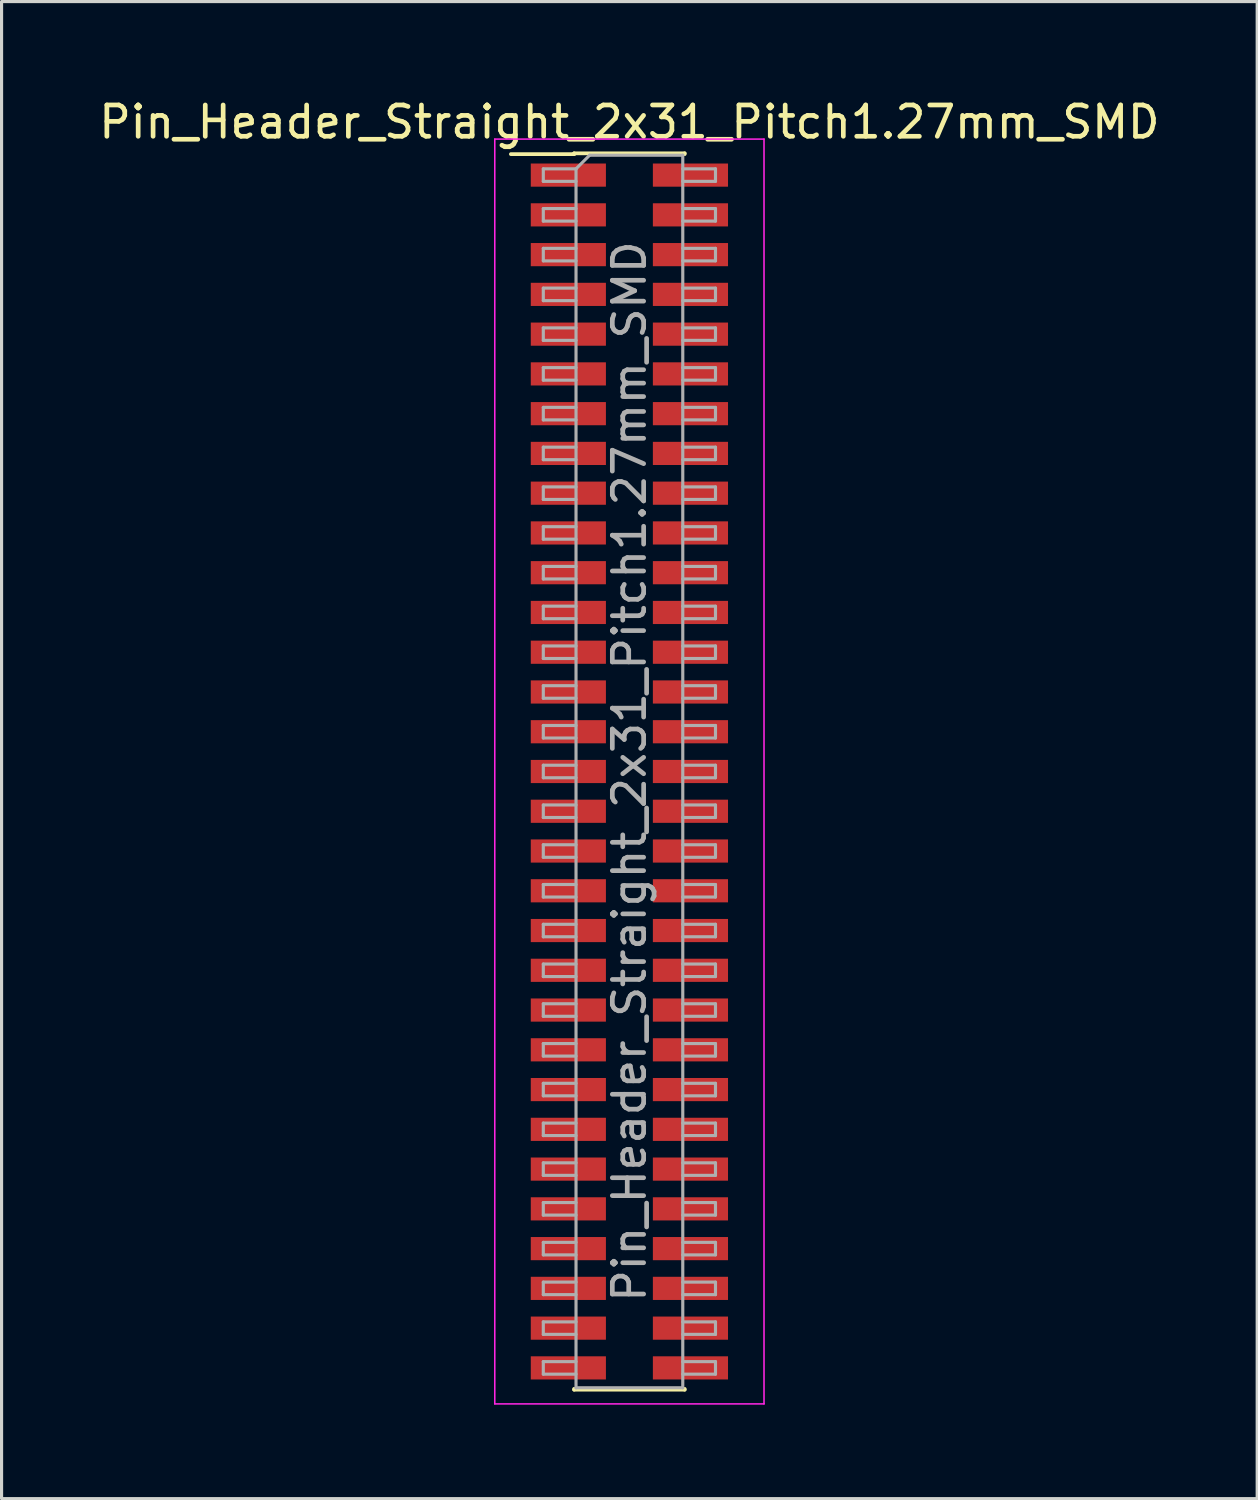
<source format=kicad_pcb>
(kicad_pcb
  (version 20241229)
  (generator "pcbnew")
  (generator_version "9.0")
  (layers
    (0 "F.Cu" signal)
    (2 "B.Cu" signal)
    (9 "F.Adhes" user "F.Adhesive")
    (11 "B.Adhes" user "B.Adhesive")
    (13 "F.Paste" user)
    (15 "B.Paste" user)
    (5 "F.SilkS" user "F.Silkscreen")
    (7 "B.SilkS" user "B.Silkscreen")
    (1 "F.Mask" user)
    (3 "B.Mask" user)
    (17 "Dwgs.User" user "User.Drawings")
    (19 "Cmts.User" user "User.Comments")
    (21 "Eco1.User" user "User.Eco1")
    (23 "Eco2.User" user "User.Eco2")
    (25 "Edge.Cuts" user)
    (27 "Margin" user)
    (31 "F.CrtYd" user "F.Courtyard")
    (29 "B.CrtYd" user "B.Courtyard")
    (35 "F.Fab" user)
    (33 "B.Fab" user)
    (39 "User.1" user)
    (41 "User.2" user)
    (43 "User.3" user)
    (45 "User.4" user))
  (footprint "Pin_Header_Straight_2x31_Pitch1.27mm_SMD"
    (layer "F.Cu")
    (at 17.054 21.593)
    (property "Reference" "Pin_Header_Straight_2x31_Pitch1.27mm_SMD" (at 0 -20.745 0) (layer "F.SilkS") (effects (font (size 1 1) (thickness 0.15))))
    (attr smd)
    (fp_line (start -3.785 -19.72) (end -1.765 -19.72) (stroke (width 0.12) (type solid)) (layer "F.SilkS"))
    (fp_line (start -1.765 -19.745) (end 1.765 -19.745) (stroke (width 0.12) (type solid)) (layer "F.SilkS"))
    (fp_line (start -1.765 -19.72) (end -1.765 -19.745) (stroke (width 0.12) (type solid)) (layer "F.SilkS"))
    (fp_line (start -1.765 19.72) (end -1.765 19.745) (stroke (width 0.12) (type solid)) (layer "F.SilkS"))
    (fp_line (start -1.765 19.745) (end 1.765 19.745) (stroke (width 0.12) (type solid)) (layer "F.SilkS"))
    (fp_line (start 1.765 -19.745) (end 1.765 -19.72) (stroke (width 0.12) (type solid)) (layer "F.SilkS"))
    (fp_line (start 1.765 19.745) (end 1.765 19.72) (stroke (width 0.12) (type solid)) (layer "F.SilkS"))
    (fp_line (start -4.3 -20.2) (end -4.3 20.2) (stroke (width 0.05) (type solid)) (layer "F.CrtYd"))
    (fp_line (start -4.3 20.2) (end 4.3 20.2) (stroke (width 0.05) (type solid)) (layer "F.CrtYd"))
    (fp_line (start 4.3 -20.2) (end -4.3 -20.2) (stroke (width 0.05) (type solid)) (layer "F.CrtYd"))
    (fp_line (start 4.3 20.2) (end 4.3 -20.2) (stroke (width 0.05) (type solid)) (layer "F.CrtYd"))
    (fp_line (start -2.75 -19.25) (end -2.75 -18.85) (stroke (width 0.1) (type solid)) (layer "F.Fab"))
    (fp_line (start -2.75 -18.85) (end -1.705 -18.85) (stroke (width 0.1) (type solid)) (layer "F.Fab"))
    (fp_line (start -2.75 -17.98) (end -2.75 -17.58) (stroke (width 0.1) (type solid)) (layer "F.Fab"))
    (fp_line (start -2.75 -17.58) (end -1.705 -17.58) (stroke (width 0.1) (type solid)) (layer "F.Fab"))
    (fp_line (start -2.75 -16.71) (end -2.75 -16.31) (stroke (width 0.1) (type solid)) (layer "F.Fab"))
    (fp_line (start -2.75 -16.31) (end -1.705 -16.31) (stroke (width 0.1) (type solid)) (layer "F.Fab"))
    (fp_line (start -2.75 -15.44) (end -2.75 -15.04) (stroke (width 0.1) (type solid)) (layer "F.Fab"))
    (fp_line (start -2.75 -15.04) (end -1.705 -15.04) (stroke (width 0.1) (type solid)) (layer "F.Fab"))
    (fp_line (start -2.75 -14.17) (end -2.75 -13.77) (stroke (width 0.1) (type solid)) (layer "F.Fab"))
    (fp_line (start -2.75 -13.77) (end -1.705 -13.77) (stroke (width 0.1) (type solid)) (layer "F.Fab"))
    (fp_line (start -2.75 -12.9) (end -2.75 -12.5) (stroke (width 0.1) (type solid)) (layer "F.Fab"))
    (fp_line (start -2.75 -12.5) (end -1.705 -12.5) (stroke (width 0.1) (type solid)) (layer "F.Fab"))
    (fp_line (start -2.75 -11.63) (end -2.75 -11.23) (stroke (width 0.1) (type solid)) (layer "F.Fab"))
    (fp_line (start -2.75 -11.23) (end -1.705 -11.23) (stroke (width 0.1) (type solid)) (layer "F.Fab"))
    (fp_line (start -2.75 -10.36) (end -2.75 -9.96) (stroke (width 0.1) (type solid)) (layer "F.Fab"))
    (fp_line (start -2.75 -9.96) (end -1.705 -9.96) (stroke (width 0.1) (type solid)) (layer "F.Fab"))
    (fp_line (start -2.75 -9.09) (end -2.75 -8.69) (stroke (width 0.1) (type solid)) (layer "F.Fab"))
    (fp_line (start -2.75 -8.69) (end -1.705 -8.69) (stroke (width 0.1) (type solid)) (layer "F.Fab"))
    (fp_line (start -2.75 -7.82) (end -2.75 -7.42) (stroke (width 0.1) (type solid)) (layer "F.Fab"))
    (fp_line (start -2.75 -7.42) (end -1.705 -7.42) (stroke (width 0.1) (type solid)) (layer "F.Fab"))
    (fp_line (start -2.75 -6.55) (end -2.75 -6.15) (stroke (width 0.1) (type solid)) (layer "F.Fab"))
    (fp_line (start -2.75 -6.15) (end -1.705 -6.15) (stroke (width 0.1) (type solid)) (layer "F.Fab"))
    (fp_line (start -2.75 -5.28) (end -2.75 -4.88) (stroke (width 0.1) (type solid)) (layer "F.Fab"))
    (fp_line (start -2.75 -4.88) (end -1.705 -4.88) (stroke (width 0.1) (type solid)) (layer "F.Fab"))
    (fp_line (start -2.75 -4.01) (end -2.75 -3.61) (stroke (width 0.1) (type solid)) (layer "F.Fab"))
    (fp_line (start -2.75 -3.61) (end -1.705 -3.61) (stroke (width 0.1) (type solid)) (layer "F.Fab"))
    (fp_line (start -2.75 -2.74) (end -2.75 -2.34) (stroke (width 0.1) (type solid)) (layer "F.Fab"))
    (fp_line (start -2.75 -2.34) (end -1.705 -2.34) (stroke (width 0.1) (type solid)) (layer "F.Fab"))
    (fp_line (start -2.75 -1.47) (end -2.75 -1.07) (stroke (width 0.1) (type solid)) (layer "F.Fab"))
    (fp_line (start -2.75 -1.07) (end -1.705 -1.07) (stroke (width 0.1) (type solid)) (layer "F.Fab"))
    (fp_line (start -2.75 -0.2) (end -2.75 0.2) (stroke (width 0.1) (type solid)) (layer "F.Fab"))
    (fp_line (start -2.75 0.2) (end -1.705 0.2) (stroke (width 0.1) (type solid)) (layer "F.Fab"))
    (fp_line (start -2.75 1.07) (end -2.75 1.47) (stroke (width 0.1) (type solid)) (layer "F.Fab"))
    (fp_line (start -2.75 1.47) (end -1.705 1.47) (stroke (width 0.1) (type solid)) (layer "F.Fab"))
    (fp_line (start -2.75 2.34) (end -2.75 2.74) (stroke (width 0.1) (type solid)) (layer "F.Fab"))
    (fp_line (start -2.75 2.74) (end -1.705 2.74) (stroke (width 0.1) (type solid)) (layer "F.Fab"))
    (fp_line (start -2.75 3.61) (end -2.75 4.01) (stroke (width 0.1) (type solid)) (layer "F.Fab"))
    (fp_line (start -2.75 4.01) (end -1.705 4.01) (stroke (width 0.1) (type solid)) (layer "F.Fab"))
    (fp_line (start -2.75 4.88) (end -2.75 5.28) (stroke (width 0.1) (type solid)) (layer "F.Fab"))
    (fp_line (start -2.75 5.28) (end -1.705 5.28) (stroke (width 0.1) (type solid)) (layer "F.Fab"))
    (fp_line (start -2.75 6.15) (end -2.75 6.55) (stroke (width 0.1) (type solid)) (layer "F.Fab"))
    (fp_line (start -2.75 6.55) (end -1.705 6.55) (stroke (width 0.1) (type solid)) (layer "F.Fab"))
    (fp_line (start -2.75 7.42) (end -2.75 7.82) (stroke (width 0.1) (type solid)) (layer "F.Fab"))
    (fp_line (start -2.75 7.82) (end -1.705 7.82) (stroke (width 0.1) (type solid)) (layer "F.Fab"))
    (fp_line (start -2.75 8.69) (end -2.75 9.09) (stroke (width 0.1) (type solid)) (layer "F.Fab"))
    (fp_line (start -2.75 9.09) (end -1.705 9.09) (stroke (width 0.1) (type solid)) (layer "F.Fab"))
    (fp_line (start -2.75 9.96) (end -2.75 10.36) (stroke (width 0.1) (type solid)) (layer "F.Fab"))
    (fp_line (start -2.75 10.36) (end -1.705 10.36) (stroke (width 0.1) (type solid)) (layer "F.Fab"))
    (fp_line (start -2.75 11.23) (end -2.75 11.63) (stroke (width 0.1) (type solid)) (layer "F.Fab"))
    (fp_line (start -2.75 11.63) (end -1.705 11.63) (stroke (width 0.1) (type solid)) (layer "F.Fab"))
    (fp_line (start -2.75 12.5) (end -2.75 12.9) (stroke (width 0.1) (type solid)) (layer "F.Fab"))
    (fp_line (start -2.75 12.9) (end -1.705 12.9) (stroke (width 0.1) (type solid)) (layer "F.Fab"))
    (fp_line (start -2.75 13.77) (end -2.75 14.17) (stroke (width 0.1) (type solid)) (layer "F.Fab"))
    (fp_line (start -2.75 14.17) (end -1.705 14.17) (stroke (width 0.1) (type solid)) (layer "F.Fab"))
    (fp_line (start -2.75 15.04) (end -2.75 15.44) (stroke (width 0.1) (type solid)) (layer "F.Fab"))
    (fp_line (start -2.75 15.44) (end -1.705 15.44) (stroke (width 0.1) (type solid)) (layer "F.Fab"))
    (fp_line (start -2.75 16.31) (end -2.75 16.71) (stroke (width 0.1) (type solid)) (layer "F.Fab"))
    (fp_line (start -2.75 16.71) (end -1.705 16.71) (stroke (width 0.1) (type solid)) (layer "F.Fab"))
    (fp_line (start -2.75 17.58) (end -2.75 17.98) (stroke (width 0.1) (type solid)) (layer "F.Fab"))
    (fp_line (start -2.75 17.98) (end -1.705 17.98) (stroke (width 0.1) (type solid)) (layer "F.Fab"))
    (fp_line (start -2.75 18.85) (end -2.75 19.25) (stroke (width 0.1) (type solid)) (layer "F.Fab"))
    (fp_line (start -2.75 19.25) (end -1.705 19.25) (stroke (width 0.1) (type solid)) (layer "F.Fab"))
    (fp_line (start -1.705 -19.25) (end -2.75 -19.25) (stroke (width 0.1) (type solid)) (layer "F.Fab"))
    (fp_line (start -1.705 -19.25) (end -1.27 -19.685) (stroke (width 0.1) (type solid)) (layer "F.Fab"))
    (fp_line (start -1.705 -17.98) (end -2.75 -17.98) (stroke (width 0.1) (type solid)) (layer "F.Fab"))
    (fp_line (start -1.705 -16.71) (end -2.75 -16.71) (stroke (width 0.1) (type solid)) (layer "F.Fab"))
    (fp_line (start -1.705 -15.44) (end -2.75 -15.44) (stroke (width 0.1) (type solid)) (layer "F.Fab"))
    (fp_line (start -1.705 -14.17) (end -2.75 -14.17) (stroke (width 0.1) (type solid)) (layer "F.Fab"))
    (fp_line (start -1.705 -12.9) (end -2.75 -12.9) (stroke (width 0.1) (type solid)) (layer "F.Fab"))
    (fp_line (start -1.705 -11.63) (end -2.75 -11.63) (stroke (width 0.1) (type solid)) (layer "F.Fab"))
    (fp_line (start -1.705 -10.36) (end -2.75 -10.36) (stroke (width 0.1) (type solid)) (layer "F.Fab"))
    (fp_line (start -1.705 -9.09) (end -2.75 -9.09) (stroke (width 0.1) (type solid)) (layer "F.Fab"))
    (fp_line (start -1.705 -7.82) (end -2.75 -7.82) (stroke (width 0.1) (type solid)) (layer "F.Fab"))
    (fp_line (start -1.705 -6.55) (end -2.75 -6.55) (stroke (width 0.1) (type solid)) (layer "F.Fab"))
    (fp_line (start -1.705 -5.28) (end -2.75 -5.28) (stroke (width 0.1) (type solid)) (layer "F.Fab"))
    (fp_line (start -1.705 -4.01) (end -2.75 -4.01) (stroke (width 0.1) (type solid)) (layer "F.Fab"))
    (fp_line (start -1.705 -2.74) (end -2.75 -2.74) (stroke (width 0.1) (type solid)) (layer "F.Fab"))
    (fp_line (start -1.705 -1.47) (end -2.75 -1.47) (stroke (width 0.1) (type solid)) (layer "F.Fab"))
    (fp_line (start -1.705 -0.2) (end -2.75 -0.2) (stroke (width 0.1) (type solid)) (layer "F.Fab"))
    (fp_line (start -1.705 1.07) (end -2.75 1.07) (stroke (width 0.1) (type solid)) (layer "F.Fab"))
    (fp_line (start -1.705 2.34) (end -2.75 2.34) (stroke (width 0.1) (type solid)) (layer "F.Fab"))
    (fp_line (start -1.705 3.61) (end -2.75 3.61) (stroke (width 0.1) (type solid)) (layer "F.Fab"))
    (fp_line (start -1.705 4.88) (end -2.75 4.88) (stroke (width 0.1) (type solid)) (layer "F.Fab"))
    (fp_line (start -1.705 6.15) (end -2.75 6.15) (stroke (width 0.1) (type solid)) (layer "F.Fab"))
    (fp_line (start -1.705 7.42) (end -2.75 7.42) (stroke (width 0.1) (type solid)) (layer "F.Fab"))
    (fp_line (start -1.705 8.69) (end -2.75 8.69) (stroke (width 0.1) (type solid)) (layer "F.Fab"))
    (fp_line (start -1.705 9.96) (end -2.75 9.96) (stroke (width 0.1) (type solid)) (layer "F.Fab"))
    (fp_line (start -1.705 11.23) (end -2.75 11.23) (stroke (width 0.1) (type solid)) (layer "F.Fab"))
    (fp_line (start -1.705 12.5) (end -2.75 12.5) (stroke (width 0.1) (type solid)) (layer "F.Fab"))
    (fp_line (start -1.705 13.77) (end -2.75 13.77) (stroke (width 0.1) (type solid)) (layer "F.Fab"))
    (fp_line (start -1.705 15.04) (end -2.75 15.04) (stroke (width 0.1) (type solid)) (layer "F.Fab"))
    (fp_line (start -1.705 16.31) (end -2.75 16.31) (stroke (width 0.1) (type solid)) (layer "F.Fab"))
    (fp_line (start -1.705 17.58) (end -2.75 17.58) (stroke (width 0.1) (type solid)) (layer "F.Fab"))
    (fp_line (start -1.705 18.85) (end -2.75 18.85) (stroke (width 0.1) (type solid)) (layer "F.Fab"))
    (fp_line (start -1.705 19.685) (end -1.705 -19.25) (stroke (width 0.1) (type solid)) (layer "F.Fab"))
    (fp_line (start -1.27 -19.685) (end 1.705 -19.685) (stroke (width 0.1) (type solid)) (layer "F.Fab"))
    (fp_line (start 1.705 -19.685) (end 1.705 19.685) (stroke (width 0.1) (type solid)) (layer "F.Fab"))
    (fp_line (start 1.705 -19.25) (end 2.75 -19.25) (stroke (width 0.1) (type solid)) (layer "F.Fab"))
    (fp_line (start 1.705 -17.98) (end 2.75 -17.98) (stroke (width 0.1) (type solid)) (layer "F.Fab"))
    (fp_line (start 1.705 -16.71) (end 2.75 -16.71) (stroke (width 0.1) (type solid)) (layer "F.Fab"))
    (fp_line (start 1.705 -15.44) (end 2.75 -15.44) (stroke (width 0.1) (type solid)) (layer "F.Fab"))
    (fp_line (start 1.705 -14.17) (end 2.75 -14.17) (stroke (width 0.1) (type solid)) (layer "F.Fab"))
    (fp_line (start 1.705 -12.9) (end 2.75 -12.9) (stroke (width 0.1) (type solid)) (layer "F.Fab"))
    (fp_line (start 1.705 -11.63) (end 2.75 -11.63) (stroke (width 0.1) (type solid)) (layer "F.Fab"))
    (fp_line (start 1.705 -10.36) (end 2.75 -10.36) (stroke (width 0.1) (type solid)) (layer "F.Fab"))
    (fp_line (start 1.705 -9.09) (end 2.75 -9.09) (stroke (width 0.1) (type solid)) (layer "F.Fab"))
    (fp_line (start 1.705 -7.82) (end 2.75 -7.82) (stroke (width 0.1) (type solid)) (layer "F.Fab"))
    (fp_line (start 1.705 -6.55) (end 2.75 -6.55) (stroke (width 0.1) (type solid)) (layer "F.Fab"))
    (fp_line (start 1.705 -5.28) (end 2.75 -5.28) (stroke (width 0.1) (type solid)) (layer "F.Fab"))
    (fp_line (start 1.705 -4.01) (end 2.75 -4.01) (stroke (width 0.1) (type solid)) (layer "F.Fab"))
    (fp_line (start 1.705 -2.74) (end 2.75 -2.74) (stroke (width 0.1) (type solid)) (layer "F.Fab"))
    (fp_line (start 1.705 -1.47) (end 2.75 -1.47) (stroke (width 0.1) (type solid)) (layer "F.Fab"))
    (fp_line (start 1.705 -0.2) (end 2.75 -0.2) (stroke (width 0.1) (type solid)) (layer "F.Fab"))
    (fp_line (start 1.705 1.07) (end 2.75 1.07) (stroke (width 0.1) (type solid)) (layer "F.Fab"))
    (fp_line (start 1.705 2.34) (end 2.75 2.34) (stroke (width 0.1) (type solid)) (layer "F.Fab"))
    (fp_line (start 1.705 3.61) (end 2.75 3.61) (stroke (width 0.1) (type solid)) (layer "F.Fab"))
    (fp_line (start 1.705 4.88) (end 2.75 4.88) (stroke (width 0.1) (type solid)) (layer "F.Fab"))
    (fp_line (start 1.705 6.15) (end 2.75 6.15) (stroke (width 0.1) (type solid)) (layer "F.Fab"))
    (fp_line (start 1.705 7.42) (end 2.75 7.42) (stroke (width 0.1) (type solid)) (layer "F.Fab"))
    (fp_line (start 1.705 8.69) (end 2.75 8.69) (stroke (width 0.1) (type solid)) (layer "F.Fab"))
    (fp_line (start 1.705 9.96) (end 2.75 9.96) (stroke (width 0.1) (type solid)) (layer "F.Fab"))
    (fp_line (start 1.705 11.23) (end 2.75 11.23) (stroke (width 0.1) (type solid)) (layer "F.Fab"))
    (fp_line (start 1.705 12.5) (end 2.75 12.5) (stroke (width 0.1) (type solid)) (layer "F.Fab"))
    (fp_line (start 1.705 13.77) (end 2.75 13.77) (stroke (width 0.1) (type solid)) (layer "F.Fab"))
    (fp_line (start 1.705 15.04) (end 2.75 15.04) (stroke (width 0.1) (type solid)) (layer "F.Fab"))
    (fp_line (start 1.705 16.31) (end 2.75 16.31) (stroke (width 0.1) (type solid)) (layer "F.Fab"))
    (fp_line (start 1.705 17.58) (end 2.75 17.58) (stroke (width 0.1) (type solid)) (layer "F.Fab"))
    (fp_line (start 1.705 18.85) (end 2.75 18.85) (stroke (width 0.1) (type solid)) (layer "F.Fab"))
    (fp_line (start 1.705 19.685) (end -1.705 19.685) (stroke (width 0.1) (type solid)) (layer "F.Fab"))
    (fp_line (start 2.75 -19.25) (end 2.75 -18.85) (stroke (width 0.1) (type solid)) (layer "F.Fab"))
    (fp_line (start 2.75 -18.85) (end 1.705 -18.85) (stroke (width 0.1) (type solid)) (layer "F.Fab"))
    (fp_line (start 2.75 -17.98) (end 2.75 -17.58) (stroke (width 0.1) (type solid)) (layer "F.Fab"))
    (fp_line (start 2.75 -17.58) (end 1.705 -17.58) (stroke (width 0.1) (type solid)) (layer "F.Fab"))
    (fp_line (start 2.75 -16.71) (end 2.75 -16.31) (stroke (width 0.1) (type solid)) (layer "F.Fab"))
    (fp_line (start 2.75 -16.31) (end 1.705 -16.31) (stroke (width 0.1) (type solid)) (layer "F.Fab"))
    (fp_line (start 2.75 -15.44) (end 2.75 -15.04) (stroke (width 0.1) (type solid)) (layer "F.Fab"))
    (fp_line (start 2.75 -15.04) (end 1.705 -15.04) (stroke (width 0.1) (type solid)) (layer "F.Fab"))
    (fp_line (start 2.75 -14.17) (end 2.75 -13.77) (stroke (width 0.1) (type solid)) (layer "F.Fab"))
    (fp_line (start 2.75 -13.77) (end 1.705 -13.77) (stroke (width 0.1) (type solid)) (layer "F.Fab"))
    (fp_line (start 2.75 -12.9) (end 2.75 -12.5) (stroke (width 0.1) (type solid)) (layer "F.Fab"))
    (fp_line (start 2.75 -12.5) (end 1.705 -12.5) (stroke (width 0.1) (type solid)) (layer "F.Fab"))
    (fp_line (start 2.75 -11.63) (end 2.75 -11.23) (stroke (width 0.1) (type solid)) (layer "F.Fab"))
    (fp_line (start 2.75 -11.23) (end 1.705 -11.23) (stroke (width 0.1) (type solid)) (layer "F.Fab"))
    (fp_line (start 2.75 -10.36) (end 2.75 -9.96) (stroke (width 0.1) (type solid)) (layer "F.Fab"))
    (fp_line (start 2.75 -9.96) (end 1.705 -9.96) (stroke (width 0.1) (type solid)) (layer "F.Fab"))
    (fp_line (start 2.75 -9.09) (end 2.75 -8.69) (stroke (width 0.1) (type solid)) (layer "F.Fab"))
    (fp_line (start 2.75 -8.69) (end 1.705 -8.69) (stroke (width 0.1) (type solid)) (layer "F.Fab"))
    (fp_line (start 2.75 -7.82) (end 2.75 -7.42) (stroke (width 0.1) (type solid)) (layer "F.Fab"))
    (fp_line (start 2.75 -7.42) (end 1.705 -7.42) (stroke (width 0.1) (type solid)) (layer "F.Fab"))
    (fp_line (start 2.75 -6.55) (end 2.75 -6.15) (stroke (width 0.1) (type solid)) (layer "F.Fab"))
    (fp_line (start 2.75 -6.15) (end 1.705 -6.15) (stroke (width 0.1) (type solid)) (layer "F.Fab"))
    (fp_line (start 2.75 -5.28) (end 2.75 -4.88) (stroke (width 0.1) (type solid)) (layer "F.Fab"))
    (fp_line (start 2.75 -4.88) (end 1.705 -4.88) (stroke (width 0.1) (type solid)) (layer "F.Fab"))
    (fp_line (start 2.75 -4.01) (end 2.75 -3.61) (stroke (width 0.1) (type solid)) (layer "F.Fab"))
    (fp_line (start 2.75 -3.61) (end 1.705 -3.61) (stroke (width 0.1) (type solid)) (layer "F.Fab"))
    (fp_line (start 2.75 -2.74) (end 2.75 -2.34) (stroke (width 0.1) (type solid)) (layer "F.Fab"))
    (fp_line (start 2.75 -2.34) (end 1.705 -2.34) (stroke (width 0.1) (type solid)) (layer "F.Fab"))
    (fp_line (start 2.75 -1.47) (end 2.75 -1.07) (stroke (width 0.1) (type solid)) (layer "F.Fab"))
    (fp_line (start 2.75 -1.07) (end 1.705 -1.07) (stroke (width 0.1) (type solid)) (layer "F.Fab"))
    (fp_line (start 2.75 -0.2) (end 2.75 0.2) (stroke (width 0.1) (type solid)) (layer "F.Fab"))
    (fp_line (start 2.75 0.2) (end 1.705 0.2) (stroke (width 0.1) (type solid)) (layer "F.Fab"))
    (fp_line (start 2.75 1.07) (end 2.75 1.47) (stroke (width 0.1) (type solid)) (layer "F.Fab"))
    (fp_line (start 2.75 1.47) (end 1.705 1.47) (stroke (width 0.1) (type solid)) (layer "F.Fab"))
    (fp_line (start 2.75 2.34) (end 2.75 2.74) (stroke (width 0.1) (type solid)) (layer "F.Fab"))
    (fp_line (start 2.75 2.74) (end 1.705 2.74) (stroke (width 0.1) (type solid)) (layer "F.Fab"))
    (fp_line (start 2.75 3.61) (end 2.75 4.01) (stroke (width 0.1) (type solid)) (layer "F.Fab"))
    (fp_line (start 2.75 4.01) (end 1.705 4.01) (stroke (width 0.1) (type solid)) (layer "F.Fab"))
    (fp_line (start 2.75 4.88) (end 2.75 5.28) (stroke (width 0.1) (type solid)) (layer "F.Fab"))
    (fp_line (start 2.75 5.28) (end 1.705 5.28) (stroke (width 0.1) (type solid)) (layer "F.Fab"))
    (fp_line (start 2.75 6.15) (end 2.75 6.55) (stroke (width 0.1) (type solid)) (layer "F.Fab"))
    (fp_line (start 2.75 6.55) (end 1.705 6.55) (stroke (width 0.1) (type solid)) (layer "F.Fab"))
    (fp_line (start 2.75 7.42) (end 2.75 7.82) (stroke (width 0.1) (type solid)) (layer "F.Fab"))
    (fp_line (start 2.75 7.82) (end 1.705 7.82) (stroke (width 0.1) (type solid)) (layer "F.Fab"))
    (fp_line (start 2.75 8.69) (end 2.75 9.09) (stroke (width 0.1) (type solid)) (layer "F.Fab"))
    (fp_line (start 2.75 9.09) (end 1.705 9.09) (stroke (width 0.1) (type solid)) (layer "F.Fab"))
    (fp_line (start 2.75 9.96) (end 2.75 10.36) (stroke (width 0.1) (type solid)) (layer "F.Fab"))
    (fp_line (start 2.75 10.36) (end 1.705 10.36) (stroke (width 0.1) (type solid)) (layer "F.Fab"))
    (fp_line (start 2.75 11.23) (end 2.75 11.63) (stroke (width 0.1) (type solid)) (layer "F.Fab"))
    (fp_line (start 2.75 11.63) (end 1.705 11.63) (stroke (width 0.1) (type solid)) (layer "F.Fab"))
    (fp_line (start 2.75 12.5) (end 2.75 12.9) (stroke (width 0.1) (type solid)) (layer "F.Fab"))
    (fp_line (start 2.75 12.9) (end 1.705 12.9) (stroke (width 0.1) (type solid)) (layer "F.Fab"))
    (fp_line (start 2.75 13.77) (end 2.75 14.17) (stroke (width 0.1) (type solid)) (layer "F.Fab"))
    (fp_line (start 2.75 14.17) (end 1.705 14.17) (stroke (width 0.1) (type solid)) (layer "F.Fab"))
    (fp_line (start 2.75 15.04) (end 2.75 15.44) (stroke (width 0.1) (type solid)) (layer "F.Fab"))
    (fp_line (start 2.75 15.44) (end 1.705 15.44) (stroke (width 0.1) (type solid)) (layer "F.Fab"))
    (fp_line (start 2.75 16.31) (end 2.75 16.71) (stroke (width 0.1) (type solid)) (layer "F.Fab"))
    (fp_line (start 2.75 16.71) (end 1.705 16.71) (stroke (width 0.1) (type solid)) (layer "F.Fab"))
    (fp_line (start 2.75 17.58) (end 2.75 17.98) (stroke (width 0.1) (type solid)) (layer "F.Fab"))
    (fp_line (start 2.75 17.98) (end 1.705 17.98) (stroke (width 0.1) (type solid)) (layer "F.Fab"))
    (fp_line (start 2.75 18.85) (end 2.75 19.25) (stroke (width 0.1) (type solid)) (layer "F.Fab"))
    (fp_line (start 2.75 19.25) (end 1.705 19.25) (stroke (width 0.1) (type solid)) (layer "F.Fab"))
    (fp_text user "${REFERENCE}" (at 0 0 90) (layer "F.Fab") (effects (font (size 1 1) (thickness 0.15))))
    (pad "1" smd rect (at -1.95 -19.05) (size 2.4 0.74) (layers "F.Cu" "F.Mask" "F.Paste"))
    (pad "2" smd rect (at 1.95 -19.05) (size 2.4 0.74) (layers "F.Cu" "F.Mask" "F.Paste"))
    (pad "3" smd rect (at -1.95 -17.78) (size 2.4 0.74) (layers "F.Cu" "F.Mask" "F.Paste"))
    (pad "4" smd rect (at 1.95 -17.78) (size 2.4 0.74) (layers "F.Cu" "F.Mask" "F.Paste"))
    (pad "5" smd rect (at -1.95 -16.51) (size 2.4 0.74) (layers "F.Cu" "F.Mask" "F.Paste"))
    (pad "6" smd rect (at 1.95 -16.51) (size 2.4 0.74) (layers "F.Cu" "F.Mask" "F.Paste"))
    (pad "7" smd rect (at -1.95 -15.24) (size 2.4 0.74) (layers "F.Cu" "F.Mask" "F.Paste"))
    (pad "8" smd rect (at 1.95 -15.24) (size 2.4 0.74) (layers "F.Cu" "F.Mask" "F.Paste"))
    (pad "9" smd rect (at -1.95 -13.97) (size 2.4 0.74) (layers "F.Cu" "F.Mask" "F.Paste"))
    (pad "10" smd rect (at 1.95 -13.97) (size 2.4 0.74) (layers "F.Cu" "F.Mask" "F.Paste"))
    (pad "11" smd rect (at -1.95 -12.7) (size 2.4 0.74) (layers "F.Cu" "F.Mask" "F.Paste"))
    (pad "12" smd rect (at 1.95 -12.7) (size 2.4 0.74) (layers "F.Cu" "F.Mask" "F.Paste"))
    (pad "13" smd rect (at -1.95 -11.43) (size 2.4 0.74) (layers "F.Cu" "F.Mask" "F.Paste"))
    (pad "14" smd rect (at 1.95 -11.43) (size 2.4 0.74) (layers "F.Cu" "F.Mask" "F.Paste"))
    (pad "15" smd rect (at -1.95 -10.16) (size 2.4 0.74) (layers "F.Cu" "F.Mask" "F.Paste"))
    (pad "16" smd rect (at 1.95 -10.16) (size 2.4 0.74) (layers "F.Cu" "F.Mask" "F.Paste"))
    (pad "17" smd rect (at -1.95 -8.89) (size 2.4 0.74) (layers "F.Cu" "F.Mask" "F.Paste"))
    (pad "18" smd rect (at 1.95 -8.89) (size 2.4 0.74) (layers "F.Cu" "F.Mask" "F.Paste"))
    (pad "19" smd rect (at -1.95 -7.62) (size 2.4 0.74) (layers "F.Cu" "F.Mask" "F.Paste"))
    (pad "20" smd rect (at 1.95 -7.62) (size 2.4 0.74) (layers "F.Cu" "F.Mask" "F.Paste"))
    (pad "21" smd rect (at -1.95 -6.35) (size 2.4 0.74) (layers "F.Cu" "F.Mask" "F.Paste"))
    (pad "22" smd rect (at 1.95 -6.35) (size 2.4 0.74) (layers "F.Cu" "F.Mask" "F.Paste"))
    (pad "23" smd rect (at -1.95 -5.08) (size 2.4 0.74) (layers "F.Cu" "F.Mask" "F.Paste"))
    (pad "24" smd rect (at 1.95 -5.08) (size 2.4 0.74) (layers "F.Cu" "F.Mask" "F.Paste"))
    (pad "25" smd rect (at -1.95 -3.81) (size 2.4 0.74) (layers "F.Cu" "F.Mask" "F.Paste"))
    (pad "26" smd rect (at 1.95 -3.81) (size 2.4 0.74) (layers "F.Cu" "F.Mask" "F.Paste"))
    (pad "27" smd rect (at -1.95 -2.54) (size 2.4 0.74) (layers "F.Cu" "F.Mask" "F.Paste"))
    (pad "28" smd rect (at 1.95 -2.54) (size 2.4 0.74) (layers "F.Cu" "F.Mask" "F.Paste"))
    (pad "29" smd rect (at -1.95 -1.27) (size 2.4 0.74) (layers "F.Cu" "F.Mask" "F.Paste"))
    (pad "30" smd rect (at 1.95 -1.27) (size 2.4 0.74) (layers "F.Cu" "F.Mask" "F.Paste"))
    (pad "31" smd rect (at -1.95 0) (size 2.4 0.74) (layers "F.Cu" "F.Mask" "F.Paste"))
    (pad "32" smd rect (at 1.95 0) (size 2.4 0.74) (layers "F.Cu" "F.Mask" "F.Paste"))
    (pad "33" smd rect (at -1.95 1.27) (size 2.4 0.74) (layers "F.Cu" "F.Mask" "F.Paste"))
    (pad "34" smd rect (at 1.95 1.27) (size 2.4 0.74) (layers "F.Cu" "F.Mask" "F.Paste"))
    (pad "35" smd rect (at -1.95 2.54) (size 2.4 0.74) (layers "F.Cu" "F.Mask" "F.Paste"))
    (pad "36" smd rect (at 1.95 2.54) (size 2.4 0.74) (layers "F.Cu" "F.Mask" "F.Paste"))
    (pad "37" smd rect (at -1.95 3.81) (size 2.4 0.74) (layers "F.Cu" "F.Mask" "F.Paste"))
    (pad "38" smd rect (at 1.95 3.81) (size 2.4 0.74) (layers "F.Cu" "F.Mask" "F.Paste"))
    (pad "39" smd rect (at -1.95 5.08) (size 2.4 0.74) (layers "F.Cu" "F.Mask" "F.Paste"))
    (pad "40" smd rect (at 1.95 5.08) (size 2.4 0.74) (layers "F.Cu" "F.Mask" "F.Paste"))
    (pad "41" smd rect (at -1.95 6.35) (size 2.4 0.74) (layers "F.Cu" "F.Mask" "F.Paste"))
    (pad "42" smd rect (at 1.95 6.35) (size 2.4 0.74) (layers "F.Cu" "F.Mask" "F.Paste"))
    (pad "43" smd rect (at -1.95 7.62) (size 2.4 0.74) (layers "F.Cu" "F.Mask" "F.Paste"))
    (pad "44" smd rect (at 1.95 7.62) (size 2.4 0.74) (layers "F.Cu" "F.Mask" "F.Paste"))
    (pad "45" smd rect (at -1.95 8.89) (size 2.4 0.74) (layers "F.Cu" "F.Mask" "F.Paste"))
    (pad "46" smd rect (at 1.95 8.89) (size 2.4 0.74) (layers "F.Cu" "F.Mask" "F.Paste"))
    (pad "47" smd rect (at -1.95 10.16) (size 2.4 0.74) (layers "F.Cu" "F.Mask" "F.Paste"))
    (pad "48" smd rect (at 1.95 10.16) (size 2.4 0.74) (layers "F.Cu" "F.Mask" "F.Paste"))
    (pad "49" smd rect (at -1.95 11.43) (size 2.4 0.74) (layers "F.Cu" "F.Mask" "F.Paste"))
    (pad "50" smd rect (at 1.95 11.43) (size 2.4 0.74) (layers "F.Cu" "F.Mask" "F.Paste"))
    (pad "51" smd rect (at -1.95 12.7) (size 2.4 0.74) (layers "F.Cu" "F.Mask" "F.Paste"))
    (pad "52" smd rect (at 1.95 12.7) (size 2.4 0.74) (layers "F.Cu" "F.Mask" "F.Paste"))
    (pad "53" smd rect (at -1.95 13.97) (size 2.4 0.74) (layers "F.Cu" "F.Mask" "F.Paste"))
    (pad "54" smd rect (at 1.95 13.97) (size 2.4 0.74) (layers "F.Cu" "F.Mask" "F.Paste"))
    (pad "55" smd rect (at -1.95 15.24) (size 2.4 0.74) (layers "F.Cu" "F.Mask" "F.Paste"))
    (pad "56" smd rect (at 1.95 15.24) (size 2.4 0.74) (layers "F.Cu" "F.Mask" "F.Paste"))
    (pad "57" smd rect (at -1.95 16.51) (size 2.4 0.74) (layers "F.Cu" "F.Mask" "F.Paste"))
    (pad "58" smd rect (at 1.95 16.51) (size 2.4 0.74) (layers "F.Cu" "F.Mask" "F.Paste"))
    (pad "59" smd rect (at -1.95 17.78) (size 2.4 0.74) (layers "F.Cu" "F.Mask" "F.Paste"))
    (pad "60" smd rect (at 1.95 17.78) (size 2.4 0.74) (layers "F.Cu" "F.Mask" "F.Paste"))
    (pad "61" smd rect (at -1.95 19.05) (size 2.4 0.74) (layers "F.Cu" "F.Mask" "F.Paste"))
    (pad "62" smd rect (at 1.95 19.05) (size 2.4 0.74) (layers "F.Cu" "F.Mask" "F.Paste")))
  (gr_rect
    (start -3 -3)
    (end 37.107 44.818)
    (stroke (width 0.1) (type default))
    (fill no)
    (layer "Edge.Cuts")))
</source>
